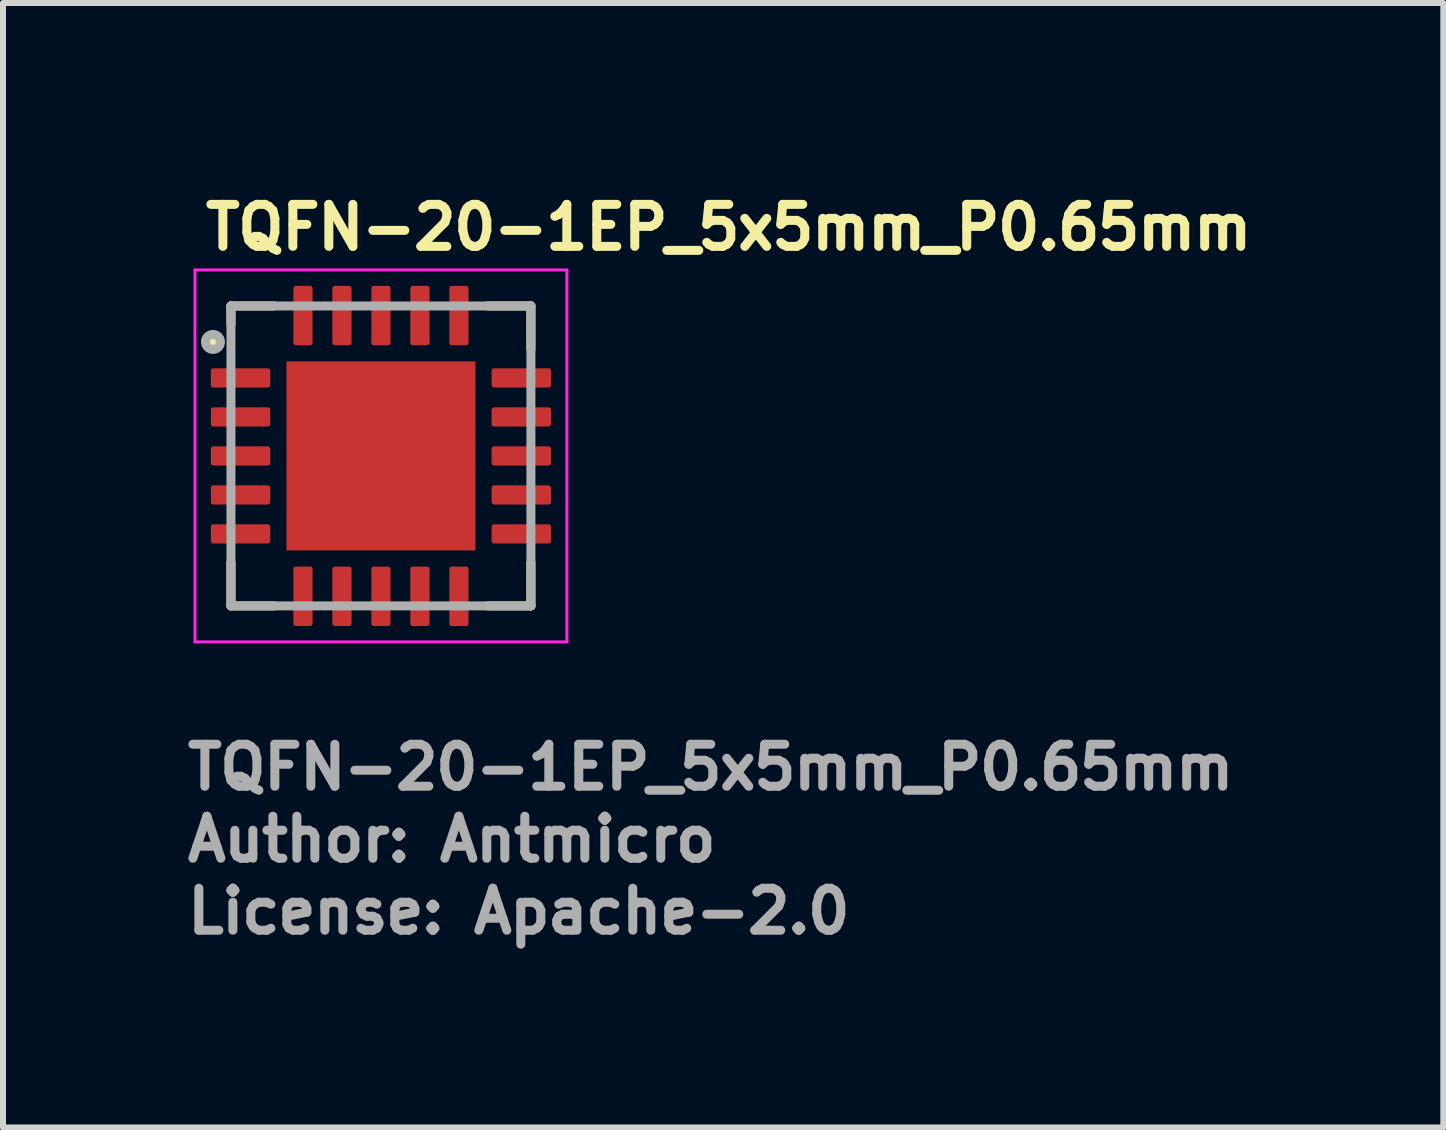
<source format=kicad_pcb>
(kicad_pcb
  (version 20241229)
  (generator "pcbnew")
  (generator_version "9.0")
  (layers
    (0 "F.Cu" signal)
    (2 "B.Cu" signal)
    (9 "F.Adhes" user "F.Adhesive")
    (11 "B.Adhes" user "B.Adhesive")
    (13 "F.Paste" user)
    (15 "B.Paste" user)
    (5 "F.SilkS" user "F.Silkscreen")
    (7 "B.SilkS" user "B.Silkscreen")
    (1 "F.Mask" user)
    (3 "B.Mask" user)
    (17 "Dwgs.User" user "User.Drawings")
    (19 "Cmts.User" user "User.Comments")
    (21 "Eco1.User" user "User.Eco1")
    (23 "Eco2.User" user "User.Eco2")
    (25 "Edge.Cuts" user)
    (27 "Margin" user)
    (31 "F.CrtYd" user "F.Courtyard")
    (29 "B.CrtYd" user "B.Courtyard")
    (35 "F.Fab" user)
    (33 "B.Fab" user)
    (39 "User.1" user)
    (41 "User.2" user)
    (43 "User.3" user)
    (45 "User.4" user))
  (footprint "TQFN-20-1EP_5x5mm_P0.65mm"
    (layer "F.Cu")
    (at 3.3 4.55)
    (property "Reference" "TQFN-20-1EP_5x5mm_P0.65mm" (at -3 -3.4 0) (layer "F.SilkS") (effects (font (size 0.7 0.7) (thickness 0.15)) (justify left bottom)))
    (attr smd)
    (fp_line (start -2.5 -2.5) (end -2.5 -2.2) (stroke (width 0.15) (type solid)) (layer "F.SilkS"))
    (fp_line (start -2.5 -2.5) (end -1.78 -2.5) (stroke (width 0.15) (type solid)) (layer "F.SilkS"))
    (fp_line (start -2.5 2.5) (end -2.5 1.78) (stroke (width 0.15) (type solid)) (layer "F.SilkS"))
    (fp_line (start -2.5 2.5) (end -1.78 2.5) (stroke (width 0.15) (type solid)) (layer "F.SilkS"))
    (fp_line (start 2.5 -2.5) (end 1.78 -2.5) (stroke (width 0.15) (type solid)) (layer "F.SilkS"))
    (fp_line (start 2.5 -2.5) (end 2.5 -1.78) (stroke (width 0.15) (type solid)) (layer "F.SilkS"))
    (fp_line (start 2.5 2.5) (end 1.78 2.5) (stroke (width 0.15) (type solid)) (layer "F.SilkS"))
    (fp_line (start 2.5 2.5) (end 2.5 1.78) (stroke (width 0.15) (type solid)) (layer "F.SilkS"))
    (fp_circle (center -2.8 -1.9) (end -2.75 -1.9) (stroke (width 0.15) (type solid)) (fill yes) (layer "F.SilkS"))
    (fp_poly (pts (xy -1.08 -1.08) (xy 1.08 -1.08) (xy 1.08 1.08) (xy -1.08 1.08)) (stroke (width 0.01) (type solid)) (fill yes) (layer "F.Paste"))
    (fp_line (start -3.1 -3.1) (end 3.1 -3.1) (stroke (width 0.05) (type solid)) (layer "F.CrtYd"))
    (fp_line (start -3.1 3.1) (end -3.1 -3.1) (stroke (width 0.05) (type solid)) (layer "F.CrtYd"))
    (fp_line (start -3.1 3.1) (end 3.1 3.1) (stroke (width 0.05) (type solid)) (layer "F.CrtYd"))
    (fp_line (start 3.1 3.1) (end 3.1 -3.1) (stroke (width 0.05) (type solid)) (layer "F.CrtYd"))
    (fp_line (start -2.5 2.5) (end -2.5 -2.5) (stroke (width 0.15) (type solid)) (layer "F.Fab"))
    (fp_line (start 2.5 -2.5) (end -2.5 -2.5) (stroke (width 0.15) (type solid)) (layer "F.Fab"))
    (fp_line (start 2.5 2.5) (end -2.5 2.5) (stroke (width 0.15) (type solid)) (layer "F.Fab"))
    (fp_line (start 2.5 2.5) (end 2.5 -2.5) (stroke (width 0.15) (type solid)) (layer "F.Fab"))
    (fp_circle (center -2.8 -1.9) (end -2.75 -1.9) (stroke (width 0.15) (type solid)) (fill no) (layer "F.Fab"))
    (fp_rect (start -2.5 -2.5) (end 2.5 2.5) (stroke (width 0.1) (type solid)) (fill no) (layer "User.5"))
    (fp_line (start -2.5 -2.5) (end -2.5 2.5) (stroke (width 0.02) (type solid)) (layer "User.9"))
    (fp_line (start -2.5 2.5) (end 2.5 2.5) (stroke (width 0.02) (type solid)) (layer "User.9"))
    (fp_line (start -2.3 -2.1) (end -2.296 -2.061) (stroke (width 0.02) (type solid)) (layer "User.9"))
    (fp_line (start -2.3 -2.1) (end -2.296 -2.061) (stroke (width 0.02) (type solid)) (layer "User.9"))
    (fp_line (start -2.296 -2.139) (end -2.3 -2.1) (stroke (width 0.02) (type solid)) (layer "User.9"))
    (fp_line (start -2.296 -2.139) (end -2.3 -2.1) (stroke (width 0.02) (type solid)) (layer "User.9"))
    (fp_line (start -2.296 -2.061) (end -2.285 -2.023) (stroke (width 0.02) (type solid)) (layer "User.9"))
    (fp_line (start -2.296 -2.061) (end -2.285 -2.023) (stroke (width 0.02) (type solid)) (layer "User.9"))
    (fp_line (start -2.285 -2.177) (end -2.296 -2.139) (stroke (width 0.02) (type solid)) (layer "User.9"))
    (fp_line (start -2.285 -2.177) (end -2.296 -2.139) (stroke (width 0.02) (type solid)) (layer "User.9"))
    (fp_line (start -2.285 -2.023) (end -2.266 -1.989) (stroke (width 0.02) (type solid)) (layer "User.9"))
    (fp_line (start -2.285 -2.023) (end -2.266 -1.989) (stroke (width 0.02) (type solid)) (layer "User.9"))
    (fp_line (start -2.266 -2.211) (end -2.285 -2.177) (stroke (width 0.02) (type solid)) (layer "User.9"))
    (fp_line (start -2.266 -2.211) (end -2.285 -2.177) (stroke (width 0.02) (type solid)) (layer "User.9"))
    (fp_line (start -2.266 -1.989) (end -2.241 -1.959) (stroke (width 0.02) (type solid)) (layer "User.9"))
    (fp_line (start -2.266 -1.989) (end -2.241 -1.959) (stroke (width 0.02) (type solid)) (layer "User.9"))
    (fp_line (start -2.241 -2.241) (end -2.266 -2.211) (stroke (width 0.02) (type solid)) (layer "User.9"))
    (fp_line (start -2.241 -2.241) (end -2.266 -2.211) (stroke (width 0.02) (type solid)) (layer "User.9"))
    (fp_line (start -2.241 -1.959) (end -2.211 -1.934) (stroke (width 0.02) (type solid)) (layer "User.9"))
    (fp_line (start -2.241 -1.959) (end -2.211 -1.934) (stroke (width 0.02) (type solid)) (layer "User.9"))
    (fp_line (start -2.211 -2.266) (end -2.241 -2.241) (stroke (width 0.02) (type solid)) (layer "User.9"))
    (fp_line (start -2.211 -2.266) (end -2.241 -2.241) (stroke (width 0.02) (type solid)) (layer "User.9"))
    (fp_line (start -2.211 -1.934) (end -2.177 -1.915) (stroke (width 0.02) (type solid)) (layer "User.9"))
    (fp_line (start -2.211 -1.934) (end -2.177 -1.915) (stroke (width 0.02) (type solid)) (layer "User.9"))
    (fp_line (start -2.177 -2.285) (end -2.211 -2.266) (stroke (width 0.02) (type solid)) (layer "User.9"))
    (fp_line (start -2.177 -2.285) (end -2.211 -2.266) (stroke (width 0.02) (type solid)) (layer "User.9"))
    (fp_line (start -2.177 -1.915) (end -2.139 -1.904) (stroke (width 0.02) (type solid)) (layer "User.9"))
    (fp_line (start -2.177 -1.915) (end -2.139 -1.904) (stroke (width 0.02) (type solid)) (layer "User.9"))
    (fp_line (start -2.139 -2.296) (end -2.177 -2.285) (stroke (width 0.02) (type solid)) (layer "User.9"))
    (fp_line (start -2.139 -2.296) (end -2.177 -2.285) (stroke (width 0.02) (type solid)) (layer "User.9"))
    (fp_line (start -2.139 -1.904) (end -2.1 -1.9) (stroke (width 0.02) (type solid)) (layer "User.9"))
    (fp_line (start -2.139 -1.904) (end -2.1 -1.9) (stroke (width 0.02) (type solid)) (layer "User.9"))
    (fp_line (start -2.1 -2.3) (end -2.139 -2.296) (stroke (width 0.02) (type solid)) (layer "User.9"))
    (fp_line (start -2.1 -2.3) (end -2.139 -2.296) (stroke (width 0.02) (type solid)) (layer "User.9"))
    (fp_line (start -2.1 -1.9) (end -2.061 -1.904) (stroke (width 0.02) (type solid)) (layer "User.9"))
    (fp_line (start -2.1 -1.9) (end -2.061 -1.904) (stroke (width 0.02) (type solid)) (layer "User.9"))
    (fp_line (start -2.061 -2.296) (end -2.1 -2.3) (stroke (width 0.02) (type solid)) (layer "User.9"))
    (fp_line (start -2.061 -2.296) (end -2.1 -2.3) (stroke (width 0.02) (type solid)) (layer "User.9"))
    (fp_line (start -2.061 -1.904) (end -2.023 -1.915) (stroke (width 0.02) (type solid)) (layer "User.9"))
    (fp_line (start -2.061 -1.904) (end -2.023 -1.915) (stroke (width 0.02) (type solid)) (layer "User.9"))
    (fp_line (start -2.023 -2.285) (end -2.061 -2.296) (stroke (width 0.02) (type solid)) (layer "User.9"))
    (fp_line (start -2.023 -2.285) (end -2.061 -2.296) (stroke (width 0.02) (type solid)) (layer "User.9"))
    (fp_line (start -2.023 -1.915) (end -1.989 -1.934) (stroke (width 0.02) (type solid)) (layer "User.9"))
    (fp_line (start -2.023 -1.915) (end -1.989 -1.934) (stroke (width 0.02) (type solid)) (layer "User.9"))
    (fp_line (start -1.989 -2.266) (end -2.023 -2.285) (stroke (width 0.02) (type solid)) (layer "User.9"))
    (fp_line (start -1.989 -2.266) (end -2.023 -2.285) (stroke (width 0.02) (type solid)) (layer "User.9"))
    (fp_line (start -1.989 -1.934) (end -1.959 -1.959) (stroke (width 0.02) (type solid)) (layer "User.9"))
    (fp_line (start -1.989 -1.934) (end -1.959 -1.959) (stroke (width 0.02) (type solid)) (layer "User.9"))
    (fp_line (start -1.959 -2.241) (end -1.989 -2.266) (stroke (width 0.02) (type solid)) (layer "User.9"))
    (fp_line (start -1.959 -2.241) (end -1.989 -2.266) (stroke (width 0.02) (type solid)) (layer "User.9"))
    (fp_line (start -1.959 -1.959) (end -1.934 -1.989) (stroke (width 0.02) (type solid)) (layer "User.9"))
    (fp_line (start -1.959 -1.959) (end -1.934 -1.989) (stroke (width 0.02) (type solid)) (layer "User.9"))
    (fp_line (start -1.934 -2.211) (end -1.959 -2.241) (stroke (width 0.02) (type solid)) (layer "User.9"))
    (fp_line (start -1.934 -2.211) (end -1.959 -2.241) (stroke (width 0.02) (type solid)) (layer "User.9"))
    (fp_line (start -1.934 -1.989) (end -1.915 -2.023) (stroke (width 0.02) (type solid)) (layer "User.9"))
    (fp_line (start -1.934 -1.989) (end -1.915 -2.023) (stroke (width 0.02) (type solid)) (layer "User.9"))
    (fp_line (start -1.915 -2.177) (end -1.934 -2.211) (stroke (width 0.02) (type solid)) (layer "User.9"))
    (fp_line (start -1.915 -2.177) (end -1.934 -2.211) (stroke (width 0.02) (type solid)) (layer "User.9"))
    (fp_line (start -1.915 -2.023) (end -1.904 -2.061) (stroke (width 0.02) (type solid)) (layer "User.9"))
    (fp_line (start -1.915 -2.023) (end -1.904 -2.061) (stroke (width 0.02) (type solid)) (layer "User.9"))
    (fp_line (start -1.904 -2.139) (end -1.915 -2.177) (stroke (width 0.02) (type solid)) (layer "User.9"))
    (fp_line (start -1.904 -2.139) (end -1.915 -2.177) (stroke (width 0.02) (type solid)) (layer "User.9"))
    (fp_line (start -1.904 -2.061) (end -1.9 -2.1) (stroke (width 0.02) (type solid)) (layer "User.9"))
    (fp_line (start -1.904 -2.061) (end -1.9 -2.1) (stroke (width 0.02) (type solid)) (layer "User.9"))
    (fp_line (start -1.9 -2.1) (end -1.904 -2.139) (stroke (width 0.02) (type solid)) (layer "User.9"))
    (fp_line (start -1.9 -2.1) (end -1.904 -2.139) (stroke (width 0.02) (type solid)) (layer "User.9"))
    (fp_line (start 2.5 -2.5) (end -2.5 -2.5) (stroke (width 0.02) (type solid)) (layer "User.9"))
    (fp_line (start 2.5 2.5) (end 2.5 -2.5) (stroke (width 0.02) (type solid)) (layer "User.9"))
    (fp_text user "${REFERENCE}" (at -3.3 5.6 0) (layer "F.Fab") (effects (font (size 0.7 0.7) (thickness 0.15)) (justify left bottom)))
    (fp_text user "Author: Antmicro" (at -3.3 6.8 0) (layer "F.Fab") (effects (font (size 0.7 0.7) (thickness 0.15)) (justify left bottom)))
    (fp_text user "License: Apache-2.0" (at -3.3 8 0) (layer "F.Fab") (effects (font (size 0.7 0.7) (thickness 0.15)) (justify left bottom)))
    (pad "1" smd roundrect (at -2.34 -1.3) (size 0.99 0.32) (layers "F.Cu" "F.Mask" "F.Paste") (roundrect_rratio 0.125))
    (pad "2" smd roundrect (at -2.34 -0.65) (size 0.99 0.32) (layers "F.Cu" "F.Mask" "F.Paste") (roundrect_rratio 0.125))
    (pad "3" smd roundrect (at -2.34 0) (size 0.99 0.32) (layers "F.Cu" "F.Mask" "F.Paste") (roundrect_rratio 0.125))
    (pad "4" smd roundrect (at -2.34 0.65) (size 0.99 0.32) (layers "F.Cu" "F.Mask" "F.Paste") (roundrect_rratio 0.125))
    (pad "5" smd roundrect (at -2.34 1.3) (size 0.99 0.32) (layers "F.Cu" "F.Mask" "F.Paste") (roundrect_rratio 0.125))
    (pad "6" smd roundrect (at -1.3 2.34 90) (size 0.99 0.32) (layers "F.Cu" "F.Mask" "F.Paste") (roundrect_rratio 0.125))
    (pad "7" smd roundrect (at -0.65 2.34 90) (size 0.99 0.32) (layers "F.Cu" "F.Mask" "F.Paste") (roundrect_rratio 0.125))
    (pad "8" smd roundrect (at 0 2.34 90) (size 0.99 0.32) (layers "F.Cu" "F.Mask" "F.Paste") (roundrect_rratio 0.125))
    (pad "9" smd roundrect (at 0.65 2.34 90) (size 0.99 0.32) (layers "F.Cu" "F.Mask" "F.Paste") (roundrect_rratio 0.125))
    (pad "10" smd roundrect (at 1.3 2.34 90) (size 0.99 0.32) (layers "F.Cu" "F.Mask" "F.Paste") (roundrect_rratio 0.125))
    (pad "11" smd roundrect (at 2.34 1.3) (size 0.99 0.32) (layers "F.Cu" "F.Mask" "F.Paste") (roundrect_rratio 0.125))
    (pad "12" smd roundrect (at 2.34 0.65) (size 0.99 0.32) (layers "F.Cu" "F.Mask" "F.Paste") (roundrect_rratio 0.125))
    (pad "13" smd roundrect (at 2.34 0) (size 0.99 0.32) (layers "F.Cu" "F.Mask" "F.Paste") (roundrect_rratio 0.125))
    (pad "14" smd roundrect (at 2.34 -0.65) (size 0.99 0.32) (layers "F.Cu" "F.Mask" "F.Paste") (roundrect_rratio 0.125))
    (pad "15" smd roundrect (at 2.34 -1.3) (size 0.99 0.32) (layers "F.Cu" "F.Mask" "F.Paste") (roundrect_rratio 0.125))
    (pad "16" smd roundrect (at 1.3 -2.34 90) (size 0.99 0.32) (layers "F.Cu" "F.Mask" "F.Paste") (roundrect_rratio 0.125))
    (pad "17" smd roundrect (at 0.65 -2.34 90) (size 0.99 0.32) (layers "F.Cu" "F.Mask" "F.Paste") (roundrect_rratio 0.125))
    (pad "18" smd roundrect (at 0 -2.34 90) (size 0.99 0.32) (layers "F.Cu" "F.Mask" "F.Paste") (roundrect_rratio 0.125))
    (pad "19" smd roundrect (at -0.65 -2.34 90) (size 0.99 0.32) (layers "F.Cu" "F.Mask" "F.Paste") (roundrect_rratio 0.125))
    (pad "20" smd roundrect (at -1.3 -2.34 90) (size 0.99 0.32) (layers "F.Cu" "F.Mask" "F.Paste") (roundrect_rratio 0.125))
    (pad "21" smd rect (at 0 0) (size 3.15 3.15) (layers "F.Cu" "F.Mask")))
  (gr_rect
    (start -3 -3)
    (end 21.01 15.745)
    (stroke (width 0.1) (type default))
    (fill no)
    (layer "Edge.Cuts")))
</source>
